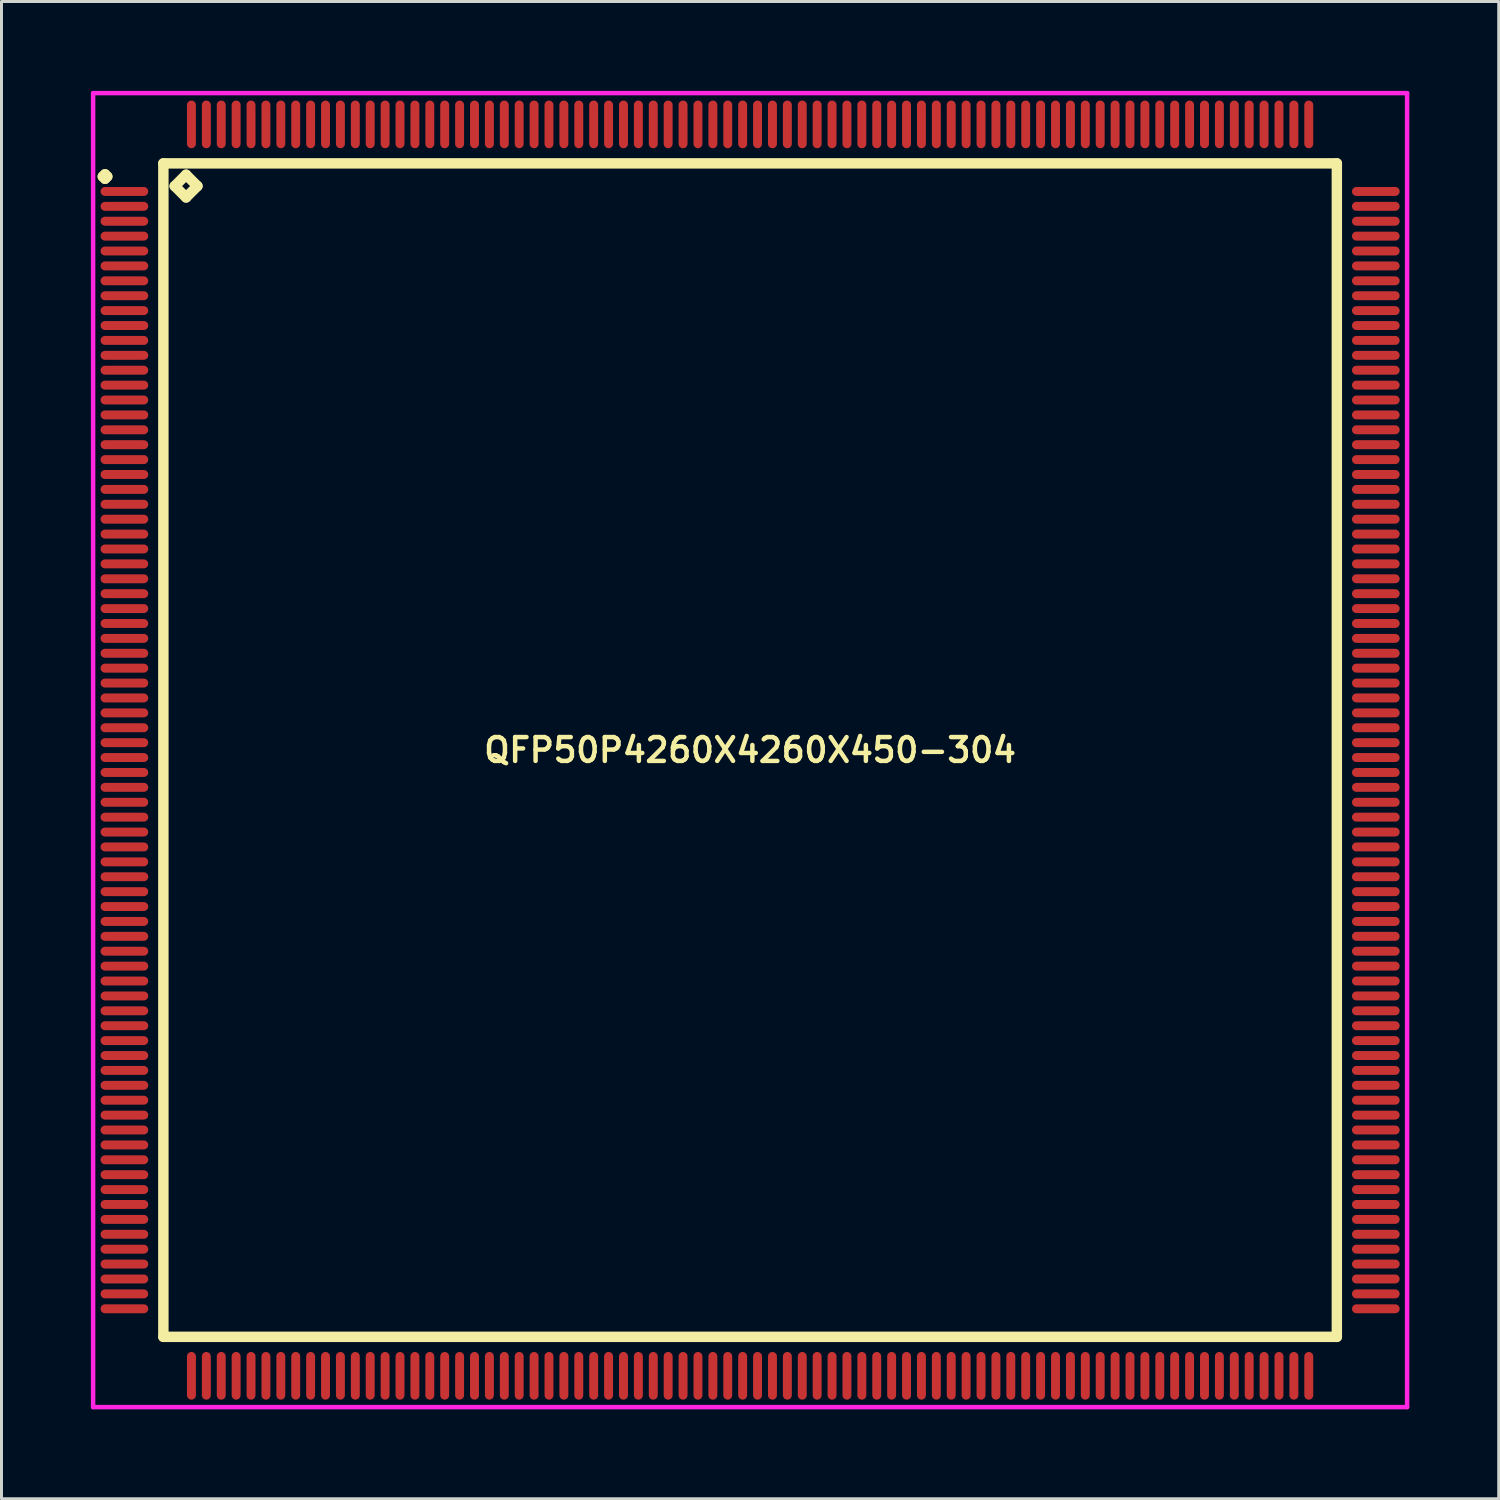
<source format=kicad_pcb>
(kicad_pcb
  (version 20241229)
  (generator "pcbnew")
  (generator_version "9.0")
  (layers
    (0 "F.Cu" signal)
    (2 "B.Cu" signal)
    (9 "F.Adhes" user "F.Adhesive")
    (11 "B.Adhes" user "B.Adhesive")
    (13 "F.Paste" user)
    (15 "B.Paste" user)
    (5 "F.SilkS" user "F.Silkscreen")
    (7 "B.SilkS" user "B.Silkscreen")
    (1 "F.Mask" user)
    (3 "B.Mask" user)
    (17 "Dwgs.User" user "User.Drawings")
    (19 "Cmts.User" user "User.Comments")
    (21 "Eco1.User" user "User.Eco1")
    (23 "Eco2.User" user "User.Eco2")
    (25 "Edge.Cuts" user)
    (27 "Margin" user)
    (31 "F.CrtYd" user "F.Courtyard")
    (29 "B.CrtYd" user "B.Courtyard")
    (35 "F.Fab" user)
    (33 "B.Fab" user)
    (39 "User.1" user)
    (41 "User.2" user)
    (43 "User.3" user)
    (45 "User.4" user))
  (footprint "QFP50P4260X4260X450-304"
    (layer "F.Cu")
    (at 22.125 22.125)
    (property "Reference" "QFP50P4260X4260X450-304" (at 0 0 0) (layer "F.SilkS") (effects (font (size 0.8 0.8) (thickness 0.15))))
    (attr smd)
    (fp_line (start -21.725 -19.25) (end -21.65 -19.325) (stroke (width 0.35) (type solid)) (layer "F.SilkS"))
    (fp_line (start -21.65 -19.325) (end -21.575 -19.25) (stroke (width 0.35) (type solid)) (layer "F.SilkS"))
    (fp_line (start -21.65 -19.175) (end -21.725 -19.25) (stroke (width 0.35) (type solid)) (layer "F.SilkS"))
    (fp_line (start -21.575 -19.25) (end -21.65 -19.175) (stroke (width 0.35) (type solid)) (layer "F.SilkS"))
    (fp_line (start -19.692 -19.692) (end -19.692 19.692) (stroke (width 0.35) (type solid)) (layer "F.SilkS"))
    (fp_line (start -19.692 19.692) (end 19.692 19.692) (stroke (width 0.35) (type solid)) (layer "F.SilkS"))
    (fp_line (start -19.311 -18.93) (end -18.93 -19.311) (stroke (width 0.35) (type solid)) (layer "F.SilkS"))
    (fp_line (start -18.93 -19.311) (end -18.549 -18.93) (stroke (width 0.35) (type solid)) (layer "F.SilkS"))
    (fp_line (start -18.93 -18.549) (end -19.311 -18.93) (stroke (width 0.35) (type solid)) (layer "F.SilkS"))
    (fp_line (start -18.549 -18.93) (end -18.93 -18.549) (stroke (width 0.35) (type solid)) (layer "F.SilkS"))
    (fp_line (start 19.692 -19.692) (end -19.692 -19.692) (stroke (width 0.35) (type solid)) (layer "F.SilkS"))
    (fp_line (start 19.692 19.692) (end 19.692 -19.692) (stroke (width 0.35) (type solid)) (layer "F.SilkS"))
    (fp_line (start -22.05 -22.05) (end 22.05 -22.05) (stroke (width 0.15) (type solid)) (layer "F.CrtYd"))
    (fp_line (start -22.05 22.05) (end -22.05 -22.05) (stroke (width 0.15) (type solid)) (layer "F.CrtYd"))
    (fp_line (start 22.05 -22.05) (end 22.05 22.05) (stroke (width 0.15) (type solid)) (layer "F.CrtYd"))
    (fp_line (start 22.05 22.05) (end -22.05 22.05) (stroke (width 0.15) (type solid)) (layer "F.CrtYd"))
    (pad "1" smd oval (at -21 -18.75) (size 1.6 0.3) (layers "F.Cu" "F.Mask" "F.Paste"))
    (pad "2" smd oval (at -21 -18.25) (size 1.6 0.3) (layers "F.Cu" "F.Mask" "F.Paste"))
    (pad "3" smd oval (at -21 -17.75) (size 1.6 0.3) (layers "F.Cu" "F.Mask" "F.Paste"))
    (pad "4" smd oval (at -21 -17.25) (size 1.6 0.3) (layers "F.Cu" "F.Mask" "F.Paste"))
    (pad "5" smd oval (at -21 -16.75) (size 1.6 0.3) (layers "F.Cu" "F.Mask" "F.Paste"))
    (pad "6" smd oval (at -21 -16.25) (size 1.6 0.3) (layers "F.Cu" "F.Mask" "F.Paste"))
    (pad "7" smd oval (at -21 -15.75) (size 1.6 0.3) (layers "F.Cu" "F.Mask" "F.Paste"))
    (pad "8" smd oval (at -21 -15.25) (size 1.6 0.3) (layers "F.Cu" "F.Mask" "F.Paste"))
    (pad "9" smd oval (at -21 -14.75) (size 1.6 0.3) (layers "F.Cu" "F.Mask" "F.Paste"))
    (pad "10" smd oval (at -21 -14.25) (size 1.6 0.3) (layers "F.Cu" "F.Mask" "F.Paste"))
    (pad "11" smd oval (at -21 -13.75) (size 1.6 0.3) (layers "F.Cu" "F.Mask" "F.Paste"))
    (pad "12" smd oval (at -21 -13.25) (size 1.6 0.3) (layers "F.Cu" "F.Mask" "F.Paste"))
    (pad "13" smd oval (at -21 -12.75) (size 1.6 0.3) (layers "F.Cu" "F.Mask" "F.Paste"))
    (pad "14" smd oval (at -21 -12.25) (size 1.6 0.3) (layers "F.Cu" "F.Mask" "F.Paste"))
    (pad "15" smd oval (at -21 -11.75) (size 1.6 0.3) (layers "F.Cu" "F.Mask" "F.Paste"))
    (pad "16" smd oval (at -21 -11.25) (size 1.6 0.3) (layers "F.Cu" "F.Mask" "F.Paste"))
    (pad "17" smd oval (at -21 -10.75) (size 1.6 0.3) (layers "F.Cu" "F.Mask" "F.Paste"))
    (pad "18" smd oval (at -21 -10.25) (size 1.6 0.3) (layers "F.Cu" "F.Mask" "F.Paste"))
    (pad "19" smd oval (at -21 -9.75) (size 1.6 0.3) (layers "F.Cu" "F.Mask" "F.Paste"))
    (pad "20" smd oval (at -21 -9.25) (size 1.6 0.3) (layers "F.Cu" "F.Mask" "F.Paste"))
    (pad "21" smd oval (at -21 -8.75) (size 1.6 0.3) (layers "F.Cu" "F.Mask" "F.Paste"))
    (pad "22" smd oval (at -21 -8.25) (size 1.6 0.3) (layers "F.Cu" "F.Mask" "F.Paste"))
    (pad "23" smd oval (at -21 -7.75) (size 1.6 0.3) (layers "F.Cu" "F.Mask" "F.Paste"))
    (pad "24" smd oval (at -21 -7.25) (size 1.6 0.3) (layers "F.Cu" "F.Mask" "F.Paste"))
    (pad "25" smd oval (at -21 -6.75) (size 1.6 0.3) (layers "F.Cu" "F.Mask" "F.Paste"))
    (pad "26" smd oval (at -21 -6.25) (size 1.6 0.3) (layers "F.Cu" "F.Mask" "F.Paste"))
    (pad "27" smd oval (at -21 -5.75) (size 1.6 0.3) (layers "F.Cu" "F.Mask" "F.Paste"))
    (pad "28" smd oval (at -21 -5.25) (size 1.6 0.3) (layers "F.Cu" "F.Mask" "F.Paste"))
    (pad "29" smd oval (at -21 -4.75) (size 1.6 0.3) (layers "F.Cu" "F.Mask" "F.Paste"))
    (pad "30" smd oval (at -21 -4.25) (size 1.6 0.3) (layers "F.Cu" "F.Mask" "F.Paste"))
    (pad "31" smd oval (at -21 -3.75) (size 1.6 0.3) (layers "F.Cu" "F.Mask" "F.Paste"))
    (pad "32" smd oval (at -21 -3.25) (size 1.6 0.3) (layers "F.Cu" "F.Mask" "F.Paste"))
    (pad "33" smd oval (at -21 -2.75) (size 1.6 0.3) (layers "F.Cu" "F.Mask" "F.Paste"))
    (pad "34" smd oval (at -21 -2.25) (size 1.6 0.3) (layers "F.Cu" "F.Mask" "F.Paste"))
    (pad "35" smd oval (at -21 -1.75) (size 1.6 0.3) (layers "F.Cu" "F.Mask" "F.Paste"))
    (pad "36" smd oval (at -21 -1.25) (size 1.6 0.3) (layers "F.Cu" "F.Mask" "F.Paste"))
    (pad "37" smd oval (at -21 -0.75) (size 1.6 0.3) (layers "F.Cu" "F.Mask" "F.Paste"))
    (pad "38" smd oval (at -21 -0.25) (size 1.6 0.3) (layers "F.Cu" "F.Mask" "F.Paste"))
    (pad "39" smd oval (at -21 0.25) (size 1.6 0.3) (layers "F.Cu" "F.Mask" "F.Paste"))
    (pad "40" smd oval (at -21 0.75) (size 1.6 0.3) (layers "F.Cu" "F.Mask" "F.Paste"))
    (pad "41" smd oval (at -21 1.25) (size 1.6 0.3) (layers "F.Cu" "F.Mask" "F.Paste"))
    (pad "42" smd oval (at -21 1.75) (size 1.6 0.3) (layers "F.Cu" "F.Mask" "F.Paste"))
    (pad "43" smd oval (at -21 2.25) (size 1.6 0.3) (layers "F.Cu" "F.Mask" "F.Paste"))
    (pad "44" smd oval (at -21 2.75) (size 1.6 0.3) (layers "F.Cu" "F.Mask" "F.Paste"))
    (pad "45" smd oval (at -21 3.25) (size 1.6 0.3) (layers "F.Cu" "F.Mask" "F.Paste"))
    (pad "46" smd oval (at -21 3.75) (size 1.6 0.3) (layers "F.Cu" "F.Mask" "F.Paste"))
    (pad "47" smd oval (at -21 4.25) (size 1.6 0.3) (layers "F.Cu" "F.Mask" "F.Paste"))
    (pad "48" smd oval (at -21 4.75) (size 1.6 0.3) (layers "F.Cu" "F.Mask" "F.Paste"))
    (pad "49" smd oval (at -21 5.25) (size 1.6 0.3) (layers "F.Cu" "F.Mask" "F.Paste"))
    (pad "50" smd oval (at -21 5.75) (size 1.6 0.3) (layers "F.Cu" "F.Mask" "F.Paste"))
    (pad "51" smd oval (at -21 6.25) (size 1.6 0.3) (layers "F.Cu" "F.Mask" "F.Paste"))
    (pad "52" smd oval (at -21 6.75) (size 1.6 0.3) (layers "F.Cu" "F.Mask" "F.Paste"))
    (pad "53" smd oval (at -21 7.25) (size 1.6 0.3) (layers "F.Cu" "F.Mask" "F.Paste"))
    (pad "54" smd oval (at -21 7.75) (size 1.6 0.3) (layers "F.Cu" "F.Mask" "F.Paste"))
    (pad "55" smd oval (at -21 8.25) (size 1.6 0.3) (layers "F.Cu" "F.Mask" "F.Paste"))
    (pad "56" smd oval (at -21 8.75) (size 1.6 0.3) (layers "F.Cu" "F.Mask" "F.Paste"))
    (pad "57" smd oval (at -21 9.25) (size 1.6 0.3) (layers "F.Cu" "F.Mask" "F.Paste"))
    (pad "58" smd oval (at -21 9.75) (size 1.6 0.3) (layers "F.Cu" "F.Mask" "F.Paste"))
    (pad "59" smd oval (at -21 10.25) (size 1.6 0.3) (layers "F.Cu" "F.Mask" "F.Paste"))
    (pad "60" smd oval (at -21 10.75) (size 1.6 0.3) (layers "F.Cu" "F.Mask" "F.Paste"))
    (pad "61" smd oval (at -21 11.25) (size 1.6 0.3) (layers "F.Cu" "F.Mask" "F.Paste"))
    (pad "62" smd oval (at -21 11.75) (size 1.6 0.3) (layers "F.Cu" "F.Mask" "F.Paste"))
    (pad "63" smd oval (at -21 12.25) (size 1.6 0.3) (layers "F.Cu" "F.Mask" "F.Paste"))
    (pad "64" smd oval (at -21 12.75) (size 1.6 0.3) (layers "F.Cu" "F.Mask" "F.Paste"))
    (pad "65" smd oval (at -21 13.25) (size 1.6 0.3) (layers "F.Cu" "F.Mask" "F.Paste"))
    (pad "66" smd oval (at -21 13.75) (size 1.6 0.3) (layers "F.Cu" "F.Mask" "F.Paste"))
    (pad "67" smd oval (at -21 14.25) (size 1.6 0.3) (layers "F.Cu" "F.Mask" "F.Paste"))
    (pad "68" smd oval (at -21 14.75) (size 1.6 0.3) (layers "F.Cu" "F.Mask" "F.Paste"))
    (pad "69" smd oval (at -21 15.25) (size 1.6 0.3) (layers "F.Cu" "F.Mask" "F.Paste"))
    (pad "70" smd oval (at -21 15.75) (size 1.6 0.3) (layers "F.Cu" "F.Mask" "F.Paste"))
    (pad "71" smd oval (at -21 16.25) (size 1.6 0.3) (layers "F.Cu" "F.Mask" "F.Paste"))
    (pad "72" smd oval (at -21 16.75) (size 1.6 0.3) (layers "F.Cu" "F.Mask" "F.Paste"))
    (pad "73" smd oval (at -21 17.25) (size 1.6 0.3) (layers "F.Cu" "F.Mask" "F.Paste"))
    (pad "74" smd oval (at -21 17.75) (size 1.6 0.3) (layers "F.Cu" "F.Mask" "F.Paste"))
    (pad "75" smd oval (at -21 18.25) (size 1.6 0.3) (layers "F.Cu" "F.Mask" "F.Paste"))
    (pad "76" smd oval (at -21 18.75) (size 1.6 0.3) (layers "F.Cu" "F.Mask" "F.Paste"))
    (pad "77" smd oval (at -18.75 21) (size 0.3 1.6) (layers "F.Cu" "F.Mask" "F.Paste"))
    (pad "78" smd oval (at -18.25 21) (size 0.3 1.6) (layers "F.Cu" "F.Mask" "F.Paste"))
    (pad "79" smd oval (at -17.75 21) (size 0.3 1.6) (layers "F.Cu" "F.Mask" "F.Paste"))
    (pad "80" smd oval (at -17.25 21) (size 0.3 1.6) (layers "F.Cu" "F.Mask" "F.Paste"))
    (pad "81" smd oval (at -16.75 21) (size 0.3 1.6) (layers "F.Cu" "F.Mask" "F.Paste"))
    (pad "82" smd oval (at -16.25 21) (size 0.3 1.6) (layers "F.Cu" "F.Mask" "F.Paste"))
    (pad "83" smd oval (at -15.75 21) (size 0.3 1.6) (layers "F.Cu" "F.Mask" "F.Paste"))
    (pad "84" smd oval (at -15.25 21) (size 0.3 1.6) (layers "F.Cu" "F.Mask" "F.Paste"))
    (pad "85" smd oval (at -14.75 21) (size 0.3 1.6) (layers "F.Cu" "F.Mask" "F.Paste"))
    (pad "86" smd oval (at -14.25 21) (size 0.3 1.6) (layers "F.Cu" "F.Mask" "F.Paste"))
    (pad "87" smd oval (at -13.75 21) (size 0.3 1.6) (layers "F.Cu" "F.Mask" "F.Paste"))
    (pad "88" smd oval (at -13.25 21) (size 0.3 1.6) (layers "F.Cu" "F.Mask" "F.Paste"))
    (pad "89" smd oval (at -12.75 21) (size 0.3 1.6) (layers "F.Cu" "F.Mask" "F.Paste"))
    (pad "90" smd oval (at -12.25 21) (size 0.3 1.6) (layers "F.Cu" "F.Mask" "F.Paste"))
    (pad "91" smd oval (at -11.75 21) (size 0.3 1.6) (layers "F.Cu" "F.Mask" "F.Paste"))
    (pad "92" smd oval (at -11.25 21) (size 0.3 1.6) (layers "F.Cu" "F.Mask" "F.Paste"))
    (pad "93" smd oval (at -10.75 21) (size 0.3 1.6) (layers "F.Cu" "F.Mask" "F.Paste"))
    (pad "94" smd oval (at -10.25 21) (size 0.3 1.6) (layers "F.Cu" "F.Mask" "F.Paste"))
    (pad "95" smd oval (at -9.75 21) (size 0.3 1.6) (layers "F.Cu" "F.Mask" "F.Paste"))
    (pad "96" smd oval (at -9.25 21) (size 0.3 1.6) (layers "F.Cu" "F.Mask" "F.Paste"))
    (pad "97" smd oval (at -8.75 21) (size 0.3 1.6) (layers "F.Cu" "F.Mask" "F.Paste"))
    (pad "98" smd oval (at -8.25 21) (size 0.3 1.6) (layers "F.Cu" "F.Mask" "F.Paste"))
    (pad "99" smd oval (at -7.75 21) (size 0.3 1.6) (layers "F.Cu" "F.Mask" "F.Paste"))
    (pad "100" smd oval (at -7.25 21) (size 0.3 1.6) (layers "F.Cu" "F.Mask" "F.Paste"))
    (pad "101" smd oval (at -6.75 21) (size 0.3 1.6) (layers "F.Cu" "F.Mask" "F.Paste"))
    (pad "102" smd oval (at -6.25 21) (size 0.3 1.6) (layers "F.Cu" "F.Mask" "F.Paste"))
    (pad "103" smd oval (at -5.75 21) (size 0.3 1.6) (layers "F.Cu" "F.Mask" "F.Paste"))
    (pad "104" smd oval (at -5.25 21) (size 0.3 1.6) (layers "F.Cu" "F.Mask" "F.Paste"))
    (pad "105" smd oval (at -4.75 21) (size 0.3 1.6) (layers "F.Cu" "F.Mask" "F.Paste"))
    (pad "106" smd oval (at -4.25 21) (size 0.3 1.6) (layers "F.Cu" "F.Mask" "F.Paste"))
    (pad "107" smd oval (at -3.75 21) (size 0.3 1.6) (layers "F.Cu" "F.Mask" "F.Paste"))
    (pad "108" smd oval (at -3.25 21) (size 0.3 1.6) (layers "F.Cu" "F.Mask" "F.Paste"))
    (pad "109" smd oval (at -2.75 21) (size 0.3 1.6) (layers "F.Cu" "F.Mask" "F.Paste"))
    (pad "110" smd oval (at -2.25 21) (size 0.3 1.6) (layers "F.Cu" "F.Mask" "F.Paste"))
    (pad "111" smd oval (at -1.75 21) (size 0.3 1.6) (layers "F.Cu" "F.Mask" "F.Paste"))
    (pad "112" smd oval (at -1.25 21) (size 0.3 1.6) (layers "F.Cu" "F.Mask" "F.Paste"))
    (pad "113" smd oval (at -0.75 21) (size 0.3 1.6) (layers "F.Cu" "F.Mask" "F.Paste"))
    (pad "114" smd oval (at -0.25 21) (size 0.3 1.6) (layers "F.Cu" "F.Mask" "F.Paste"))
    (pad "115" smd oval (at 0.25 21) (size 0.3 1.6) (layers "F.Cu" "F.Mask" "F.Paste"))
    (pad "116" smd oval (at 0.75 21) (size 0.3 1.6) (layers "F.Cu" "F.Mask" "F.Paste"))
    (pad "117" smd oval (at 1.25 21) (size 0.3 1.6) (layers "F.Cu" "F.Mask" "F.Paste"))
    (pad "118" smd oval (at 1.75 21) (size 0.3 1.6) (layers "F.Cu" "F.Mask" "F.Paste"))
    (pad "119" smd oval (at 2.25 21) (size 0.3 1.6) (layers "F.Cu" "F.Mask" "F.Paste"))
    (pad "120" smd oval (at 2.75 21) (size 0.3 1.6) (layers "F.Cu" "F.Mask" "F.Paste"))
    (pad "121" smd oval (at 3.25 21) (size 0.3 1.6) (layers "F.Cu" "F.Mask" "F.Paste"))
    (pad "122" smd oval (at 3.75 21) (size 0.3 1.6) (layers "F.Cu" "F.Mask" "F.Paste"))
    (pad "123" smd oval (at 4.25 21) (size 0.3 1.6) (layers "F.Cu" "F.Mask" "F.Paste"))
    (pad "124" smd oval (at 4.75 21) (size 0.3 1.6) (layers "F.Cu" "F.Mask" "F.Paste"))
    (pad "125" smd oval (at 5.25 21) (size 0.3 1.6) (layers "F.Cu" "F.Mask" "F.Paste"))
    (pad "126" smd oval (at 5.75 21) (size 0.3 1.6) (layers "F.Cu" "F.Mask" "F.Paste"))
    (pad "127" smd oval (at 6.25 21) (size 0.3 1.6) (layers "F.Cu" "F.Mask" "F.Paste"))
    (pad "128" smd oval (at 6.75 21) (size 0.3 1.6) (layers "F.Cu" "F.Mask" "F.Paste"))
    (pad "129" smd oval (at 7.25 21) (size 0.3 1.6) (layers "F.Cu" "F.Mask" "F.Paste"))
    (pad "130" smd oval (at 7.75 21) (size 0.3 1.6) (layers "F.Cu" "F.Mask" "F.Paste"))
    (pad "131" smd oval (at 8.25 21) (size 0.3 1.6) (layers "F.Cu" "F.Mask" "F.Paste"))
    (pad "132" smd oval (at 8.75 21) (size 0.3 1.6) (layers "F.Cu" "F.Mask" "F.Paste"))
    (pad "133" smd oval (at 9.25 21) (size 0.3 1.6) (layers "F.Cu" "F.Mask" "F.Paste"))
    (pad "134" smd oval (at 9.75 21) (size 0.3 1.6) (layers "F.Cu" "F.Mask" "F.Paste"))
    (pad "135" smd oval (at 10.25 21) (size 0.3 1.6) (layers "F.Cu" "F.Mask" "F.Paste"))
    (pad "136" smd oval (at 10.75 21) (size 0.3 1.6) (layers "F.Cu" "F.Mask" "F.Paste"))
    (pad "137" smd oval (at 11.25 21) (size 0.3 1.6) (layers "F.Cu" "F.Mask" "F.Paste"))
    (pad "138" smd oval (at 11.75 21) (size 0.3 1.6) (layers "F.Cu" "F.Mask" "F.Paste"))
    (pad "139" smd oval (at 12.25 21) (size 0.3 1.6) (layers "F.Cu" "F.Mask" "F.Paste"))
    (pad "140" smd oval (at 12.75 21) (size 0.3 1.6) (layers "F.Cu" "F.Mask" "F.Paste"))
    (pad "141" smd oval (at 13.25 21) (size 0.3 1.6) (layers "F.Cu" "F.Mask" "F.Paste"))
    (pad "142" smd oval (at 13.75 21) (size 0.3 1.6) (layers "F.Cu" "F.Mask" "F.Paste"))
    (pad "143" smd oval (at 14.25 21) (size 0.3 1.6) (layers "F.Cu" "F.Mask" "F.Paste"))
    (pad "144" smd oval (at 14.75 21) (size 0.3 1.6) (layers "F.Cu" "F.Mask" "F.Paste"))
    (pad "145" smd oval (at 15.25 21) (size 0.3 1.6) (layers "F.Cu" "F.Mask" "F.Paste"))
    (pad "146" smd oval (at 15.75 21) (size 0.3 1.6) (layers "F.Cu" "F.Mask" "F.Paste"))
    (pad "147" smd oval (at 16.25 21) (size 0.3 1.6) (layers "F.Cu" "F.Mask" "F.Paste"))
    (pad "148" smd oval (at 16.75 21) (size 0.3 1.6) (layers "F.Cu" "F.Mask" "F.Paste"))
    (pad "149" smd oval (at 17.25 21) (size 0.3 1.6) (layers "F.Cu" "F.Mask" "F.Paste"))
    (pad "150" smd oval (at 17.75 21) (size 0.3 1.6) (layers "F.Cu" "F.Mask" "F.Paste"))
    (pad "151" smd oval (at 18.25 21) (size 0.3 1.6) (layers "F.Cu" "F.Mask" "F.Paste"))
    (pad "152" smd oval (at 18.75 21) (size 0.3 1.6) (layers "F.Cu" "F.Mask" "F.Paste"))
    (pad "153" smd oval (at 21 18.75) (size 1.6 0.3) (layers "F.Cu" "F.Mask" "F.Paste"))
    (pad "154" smd oval (at 21 18.25) (size 1.6 0.3) (layers "F.Cu" "F.Mask" "F.Paste"))
    (pad "155" smd oval (at 21 17.75) (size 1.6 0.3) (layers "F.Cu" "F.Mask" "F.Paste"))
    (pad "156" smd oval (at 21 17.25) (size 1.6 0.3) (layers "F.Cu" "F.Mask" "F.Paste"))
    (pad "157" smd oval (at 21 16.75) (size 1.6 0.3) (layers "F.Cu" "F.Mask" "F.Paste"))
    (pad "158" smd oval (at 21 16.25) (size 1.6 0.3) (layers "F.Cu" "F.Mask" "F.Paste"))
    (pad "159" smd oval (at 21 15.75) (size 1.6 0.3) (layers "F.Cu" "F.Mask" "F.Paste"))
    (pad "160" smd oval (at 21 15.25) (size 1.6 0.3) (layers "F.Cu" "F.Mask" "F.Paste"))
    (pad "161" smd oval (at 21 14.75) (size 1.6 0.3) (layers "F.Cu" "F.Mask" "F.Paste"))
    (pad "162" smd oval (at 21 14.25) (size 1.6 0.3) (layers "F.Cu" "F.Mask" "F.Paste"))
    (pad "163" smd oval (at 21 13.75) (size 1.6 0.3) (layers "F.Cu" "F.Mask" "F.Paste"))
    (pad "164" smd oval (at 21 13.25) (size 1.6 0.3) (layers "F.Cu" "F.Mask" "F.Paste"))
    (pad "165" smd oval (at 21 12.75) (size 1.6 0.3) (layers "F.Cu" "F.Mask" "F.Paste"))
    (pad "166" smd oval (at 21 12.25) (size 1.6 0.3) (layers "F.Cu" "F.Mask" "F.Paste"))
    (pad "167" smd oval (at 21 11.75) (size 1.6 0.3) (layers "F.Cu" "F.Mask" "F.Paste"))
    (pad "168" smd oval (at 21 11.25) (size 1.6 0.3) (layers "F.Cu" "F.Mask" "F.Paste"))
    (pad "169" smd oval (at 21 10.75) (size 1.6 0.3) (layers "F.Cu" "F.Mask" "F.Paste"))
    (pad "170" smd oval (at 21 10.25) (size 1.6 0.3) (layers "F.Cu" "F.Mask" "F.Paste"))
    (pad "171" smd oval (at 21 9.75) (size 1.6 0.3) (layers "F.Cu" "F.Mask" "F.Paste"))
    (pad "172" smd oval (at 21 9.25) (size 1.6 0.3) (layers "F.Cu" "F.Mask" "F.Paste"))
    (pad "173" smd oval (at 21 8.75) (size 1.6 0.3) (layers "F.Cu" "F.Mask" "F.Paste"))
    (pad "174" smd oval (at 21 8.25) (size 1.6 0.3) (layers "F.Cu" "F.Mask" "F.Paste"))
    (pad "175" smd oval (at 21 7.75) (size 1.6 0.3) (layers "F.Cu" "F.Mask" "F.Paste"))
    (pad "176" smd oval (at 21 7.25) (size 1.6 0.3) (layers "F.Cu" "F.Mask" "F.Paste"))
    (pad "177" smd oval (at 21 6.75) (size 1.6 0.3) (layers "F.Cu" "F.Mask" "F.Paste"))
    (pad "178" smd oval (at 21 6.25) (size 1.6 0.3) (layers "F.Cu" "F.Mask" "F.Paste"))
    (pad "179" smd oval (at 21 5.75) (size 1.6 0.3) (layers "F.Cu" "F.Mask" "F.Paste"))
    (pad "180" smd oval (at 21 5.25) (size 1.6 0.3) (layers "F.Cu" "F.Mask" "F.Paste"))
    (pad "181" smd oval (at 21 4.75) (size 1.6 0.3) (layers "F.Cu" "F.Mask" "F.Paste"))
    (pad "182" smd oval (at 21 4.25) (size 1.6 0.3) (layers "F.Cu" "F.Mask" "F.Paste"))
    (pad "183" smd oval (at 21 3.75) (size 1.6 0.3) (layers "F.Cu" "F.Mask" "F.Paste"))
    (pad "184" smd oval (at 21 3.25) (size 1.6 0.3) (layers "F.Cu" "F.Mask" "F.Paste"))
    (pad "185" smd oval (at 21 2.75) (size 1.6 0.3) (layers "F.Cu" "F.Mask" "F.Paste"))
    (pad "186" smd oval (at 21 2.25) (size 1.6 0.3) (layers "F.Cu" "F.Mask" "F.Paste"))
    (pad "187" smd oval (at 21 1.75) (size 1.6 0.3) (layers "F.Cu" "F.Mask" "F.Paste"))
    (pad "188" smd oval (at 21 1.25) (size 1.6 0.3) (layers "F.Cu" "F.Mask" "F.Paste"))
    (pad "189" smd oval (at 21 0.75) (size 1.6 0.3) (layers "F.Cu" "F.Mask" "F.Paste"))
    (pad "190" smd oval (at 21 0.25) (size 1.6 0.3) (layers "F.Cu" "F.Mask" "F.Paste"))
    (pad "191" smd oval (at 21 -0.25) (size 1.6 0.3) (layers "F.Cu" "F.Mask" "F.Paste"))
    (pad "192" smd oval (at 21 -0.75) (size 1.6 0.3) (layers "F.Cu" "F.Mask" "F.Paste"))
    (pad "193" smd oval (at 21 -1.25) (size 1.6 0.3) (layers "F.Cu" "F.Mask" "F.Paste"))
    (pad "194" smd oval (at 21 -1.75) (size 1.6 0.3) (layers "F.Cu" "F.Mask" "F.Paste"))
    (pad "195" smd oval (at 21 -2.25) (size 1.6 0.3) (layers "F.Cu" "F.Mask" "F.Paste"))
    (pad "196" smd oval (at 21 -2.75) (size 1.6 0.3) (layers "F.Cu" "F.Mask" "F.Paste"))
    (pad "197" smd oval (at 21 -3.25) (size 1.6 0.3) (layers "F.Cu" "F.Mask" "F.Paste"))
    (pad "198" smd oval (at 21 -3.75) (size 1.6 0.3) (layers "F.Cu" "F.Mask" "F.Paste"))
    (pad "199" smd oval (at 21 -4.25) (size 1.6 0.3) (layers "F.Cu" "F.Mask" "F.Paste"))
    (pad "200" smd oval (at 21 -4.75) (size 1.6 0.3) (layers "F.Cu" "F.Mask" "F.Paste"))
    (pad "201" smd oval (at 21 -5.25) (size 1.6 0.3) (layers "F.Cu" "F.Mask" "F.Paste"))
    (pad "202" smd oval (at 21 -5.75) (size 1.6 0.3) (layers "F.Cu" "F.Mask" "F.Paste"))
    (pad "203" smd oval (at 21 -6.25) (size 1.6 0.3) (layers "F.Cu" "F.Mask" "F.Paste"))
    (pad "204" smd oval (at 21 -6.75) (size 1.6 0.3) (layers "F.Cu" "F.Mask" "F.Paste"))
    (pad "205" smd oval (at 21 -7.25) (size 1.6 0.3) (layers "F.Cu" "F.Mask" "F.Paste"))
    (pad "206" smd oval (at 21 -7.75) (size 1.6 0.3) (layers "F.Cu" "F.Mask" "F.Paste"))
    (pad "207" smd oval (at 21 -8.25) (size 1.6 0.3) (layers "F.Cu" "F.Mask" "F.Paste"))
    (pad "208" smd oval (at 21 -8.75) (size 1.6 0.3) (layers "F.Cu" "F.Mask" "F.Paste"))
    (pad "209" smd oval (at 21 -9.25) (size 1.6 0.3) (layers "F.Cu" "F.Mask" "F.Paste"))
    (pad "210" smd oval (at 21 -9.75) (size 1.6 0.3) (layers "F.Cu" "F.Mask" "F.Paste"))
    (pad "211" smd oval (at 21 -10.25) (size 1.6 0.3) (layers "F.Cu" "F.Mask" "F.Paste"))
    (pad "212" smd oval (at 21 -10.75) (size 1.6 0.3) (layers "F.Cu" "F.Mask" "F.Paste"))
    (pad "213" smd oval (at 21 -11.25) (size 1.6 0.3) (layers "F.Cu" "F.Mask" "F.Paste"))
    (pad "214" smd oval (at 21 -11.75) (size 1.6 0.3) (layers "F.Cu" "F.Mask" "F.Paste"))
    (pad "215" smd oval (at 21 -12.25) (size 1.6 0.3) (layers "F.Cu" "F.Mask" "F.Paste"))
    (pad "216" smd oval (at 21 -12.75) (size 1.6 0.3) (layers "F.Cu" "F.Mask" "F.Paste"))
    (pad "217" smd oval (at 21 -13.25) (size 1.6 0.3) (layers "F.Cu" "F.Mask" "F.Paste"))
    (pad "218" smd oval (at 21 -13.75) (size 1.6 0.3) (layers "F.Cu" "F.Mask" "F.Paste"))
    (pad "219" smd oval (at 21 -14.25) (size 1.6 0.3) (layers "F.Cu" "F.Mask" "F.Paste"))
    (pad "220" smd oval (at 21 -14.75) (size 1.6 0.3) (layers "F.Cu" "F.Mask" "F.Paste"))
    (pad "221" smd oval (at 21 -15.25) (size 1.6 0.3) (layers "F.Cu" "F.Mask" "F.Paste"))
    (pad "222" smd oval (at 21 -15.75) (size 1.6 0.3) (layers "F.Cu" "F.Mask" "F.Paste"))
    (pad "223" smd oval (at 21 -16.25) (size 1.6 0.3) (layers "F.Cu" "F.Mask" "F.Paste"))
    (pad "224" smd oval (at 21 -16.75) (size 1.6 0.3) (layers "F.Cu" "F.Mask" "F.Paste"))
    (pad "225" smd oval (at 21 -17.25) (size 1.6 0.3) (layers "F.Cu" "F.Mask" "F.Paste"))
    (pad "226" smd oval (at 21 -17.75) (size 1.6 0.3) (layers "F.Cu" "F.Mask" "F.Paste"))
    (pad "227" smd oval (at 21 -18.25) (size 1.6 0.3) (layers "F.Cu" "F.Mask" "F.Paste"))
    (pad "228" smd oval (at 21 -18.75) (size 1.6 0.3) (layers "F.Cu" "F.Mask" "F.Paste"))
    (pad "229" smd oval (at 18.75 -21) (size 0.3 1.6) (layers "F.Cu" "F.Mask" "F.Paste"))
    (pad "230" smd oval (at 18.25 -21) (size 0.3 1.6) (layers "F.Cu" "F.Mask" "F.Paste"))
    (pad "231" smd oval (at 17.75 -21) (size 0.3 1.6) (layers "F.Cu" "F.Mask" "F.Paste"))
    (pad "232" smd oval (at 17.25 -21) (size 0.3 1.6) (layers "F.Cu" "F.Mask" "F.Paste"))
    (pad "233" smd oval (at 16.75 -21) (size 0.3 1.6) (layers "F.Cu" "F.Mask" "F.Paste"))
    (pad "234" smd oval (at 16.25 -21) (size 0.3 1.6) (layers "F.Cu" "F.Mask" "F.Paste"))
    (pad "235" smd oval (at 15.75 -21) (size 0.3 1.6) (layers "F.Cu" "F.Mask" "F.Paste"))
    (pad "236" smd oval (at 15.25 -21) (size 0.3 1.6) (layers "F.Cu" "F.Mask" "F.Paste"))
    (pad "237" smd oval (at 14.75 -21) (size 0.3 1.6) (layers "F.Cu" "F.Mask" "F.Paste"))
    (pad "238" smd oval (at 14.25 -21) (size 0.3 1.6) (layers "F.Cu" "F.Mask" "F.Paste"))
    (pad "239" smd oval (at 13.75 -21) (size 0.3 1.6) (layers "F.Cu" "F.Mask" "F.Paste"))
    (pad "240" smd oval (at 13.25 -21) (size 0.3 1.6) (layers "F.Cu" "F.Mask" "F.Paste"))
    (pad "241" smd oval (at 12.75 -21) (size 0.3 1.6) (layers "F.Cu" "F.Mask" "F.Paste"))
    (pad "242" smd oval (at 12.25 -21) (size 0.3 1.6) (layers "F.Cu" "F.Mask" "F.Paste"))
    (pad "243" smd oval (at 11.75 -21) (size 0.3 1.6) (layers "F.Cu" "F.Mask" "F.Paste"))
    (pad "244" smd oval (at 11.25 -21) (size 0.3 1.6) (layers "F.Cu" "F.Mask" "F.Paste"))
    (pad "245" smd oval (at 10.75 -21) (size 0.3 1.6) (layers "F.Cu" "F.Mask" "F.Paste"))
    (pad "246" smd oval (at 10.25 -21) (size 0.3 1.6) (layers "F.Cu" "F.Mask" "F.Paste"))
    (pad "247" smd oval (at 9.75 -21) (size 0.3 1.6) (layers "F.Cu" "F.Mask" "F.Paste"))
    (pad "248" smd oval (at 9.25 -21) (size 0.3 1.6) (layers "F.Cu" "F.Mask" "F.Paste"))
    (pad "249" smd oval (at 8.75 -21) (size 0.3 1.6) (layers "F.Cu" "F.Mask" "F.Paste"))
    (pad "250" smd oval (at 8.25 -21) (size 0.3 1.6) (layers "F.Cu" "F.Mask" "F.Paste"))
    (pad "251" smd oval (at 7.75 -21) (size 0.3 1.6) (layers "F.Cu" "F.Mask" "F.Paste"))
    (pad "252" smd oval (at 7.25 -21) (size 0.3 1.6) (layers "F.Cu" "F.Mask" "F.Paste"))
    (pad "253" smd oval (at 6.75 -21) (size 0.3 1.6) (layers "F.Cu" "F.Mask" "F.Paste"))
    (pad "254" smd oval (at 6.25 -21) (size 0.3 1.6) (layers "F.Cu" "F.Mask" "F.Paste"))
    (pad "255" smd oval (at 5.75 -21) (size 0.3 1.6) (layers "F.Cu" "F.Mask" "F.Paste"))
    (pad "256" smd oval (at 5.25 -21) (size 0.3 1.6) (layers "F.Cu" "F.Mask" "F.Paste"))
    (pad "257" smd oval (at 4.75 -21) (size 0.3 1.6) (layers "F.Cu" "F.Mask" "F.Paste"))
    (pad "258" smd oval (at 4.25 -21) (size 0.3 1.6) (layers "F.Cu" "F.Mask" "F.Paste"))
    (pad "259" smd oval (at 3.75 -21) (size 0.3 1.6) (layers "F.Cu" "F.Mask" "F.Paste"))
    (pad "260" smd oval (at 3.25 -21) (size 0.3 1.6) (layers "F.Cu" "F.Mask" "F.Paste"))
    (pad "261" smd oval (at 2.75 -21) (size 0.3 1.6) (layers "F.Cu" "F.Mask" "F.Paste"))
    (pad "262" smd oval (at 2.25 -21) (size 0.3 1.6) (layers "F.Cu" "F.Mask" "F.Paste"))
    (pad "263" smd oval (at 1.75 -21) (size 0.3 1.6) (layers "F.Cu" "F.Mask" "F.Paste"))
    (pad "264" smd oval (at 1.25 -21) (size 0.3 1.6) (layers "F.Cu" "F.Mask" "F.Paste"))
    (pad "265" smd oval (at 0.75 -21) (size 0.3 1.6) (layers "F.Cu" "F.Mask" "F.Paste"))
    (pad "266" smd oval (at 0.25 -21) (size 0.3 1.6) (layers "F.Cu" "F.Mask" "F.Paste"))
    (pad "267" smd oval (at -0.25 -21) (size 0.3 1.6) (layers "F.Cu" "F.Mask" "F.Paste"))
    (pad "268" smd oval (at -0.75 -21) (size 0.3 1.6) (layers "F.Cu" "F.Mask" "F.Paste"))
    (pad "269" smd oval (at -1.25 -21) (size 0.3 1.6) (layers "F.Cu" "F.Mask" "F.Paste"))
    (pad "270" smd oval (at -1.75 -21) (size 0.3 1.6) (layers "F.Cu" "F.Mask" "F.Paste"))
    (pad "271" smd oval (at -2.25 -21) (size 0.3 1.6) (layers "F.Cu" "F.Mask" "F.Paste"))
    (pad "272" smd oval (at -2.75 -21) (size 0.3 1.6) (layers "F.Cu" "F.Mask" "F.Paste"))
    (pad "273" smd oval (at -3.25 -21) (size 0.3 1.6) (layers "F.Cu" "F.Mask" "F.Paste"))
    (pad "274" smd oval (at -3.75 -21) (size 0.3 1.6) (layers "F.Cu" "F.Mask" "F.Paste"))
    (pad "275" smd oval (at -4.25 -21) (size 0.3 1.6) (layers "F.Cu" "F.Mask" "F.Paste"))
    (pad "276" smd oval (at -4.75 -21) (size 0.3 1.6) (layers "F.Cu" "F.Mask" "F.Paste"))
    (pad "277" smd oval (at -5.25 -21) (size 0.3 1.6) (layers "F.Cu" "F.Mask" "F.Paste"))
    (pad "278" smd oval (at -5.75 -21) (size 0.3 1.6) (layers "F.Cu" "F.Mask" "F.Paste"))
    (pad "279" smd oval (at -6.25 -21) (size 0.3 1.6) (layers "F.Cu" "F.Mask" "F.Paste"))
    (pad "280" smd oval (at -6.75 -21) (size 0.3 1.6) (layers "F.Cu" "F.Mask" "F.Paste"))
    (pad "281" smd oval (at -7.25 -21) (size 0.3 1.6) (layers "F.Cu" "F.Mask" "F.Paste"))
    (pad "282" smd oval (at -7.75 -21) (size 0.3 1.6) (layers "F.Cu" "F.Mask" "F.Paste"))
    (pad "283" smd oval (at -8.25 -21) (size 0.3 1.6) (layers "F.Cu" "F.Mask" "F.Paste"))
    (pad "284" smd oval (at -8.75 -21) (size 0.3 1.6) (layers "F.Cu" "F.Mask" "F.Paste"))
    (pad "285" smd oval (at -9.25 -21) (size 0.3 1.6) (layers "F.Cu" "F.Mask" "F.Paste"))
    (pad "286" smd oval (at -9.75 -21) (size 0.3 1.6) (layers "F.Cu" "F.Mask" "F.Paste"))
    (pad "287" smd oval (at -10.25 -21) (size 0.3 1.6) (layers "F.Cu" "F.Mask" "F.Paste"))
    (pad "288" smd oval (at -10.75 -21) (size 0.3 1.6) (layers "F.Cu" "F.Mask" "F.Paste"))
    (pad "289" smd oval (at -11.25 -21) (size 0.3 1.6) (layers "F.Cu" "F.Mask" "F.Paste"))
    (pad "290" smd oval (at -11.75 -21) (size 0.3 1.6) (layers "F.Cu" "F.Mask" "F.Paste"))
    (pad "291" smd oval (at -12.25 -21) (size 0.3 1.6) (layers "F.Cu" "F.Mask" "F.Paste"))
    (pad "292" smd oval (at -12.75 -21) (size 0.3 1.6) (layers "F.Cu" "F.Mask" "F.Paste"))
    (pad "293" smd oval (at -13.25 -21) (size 0.3 1.6) (layers "F.Cu" "F.Mask" "F.Paste"))
    (pad "294" smd oval (at -13.75 -21) (size 0.3 1.6) (layers "F.Cu" "F.Mask" "F.Paste"))
    (pad "295" smd oval (at -14.25 -21) (size 0.3 1.6) (layers "F.Cu" "F.Mask" "F.Paste"))
    (pad "296" smd oval (at -14.75 -21) (size 0.3 1.6) (layers "F.Cu" "F.Mask" "F.Paste"))
    (pad "297" smd oval (at -15.25 -21) (size 0.3 1.6) (layers "F.Cu" "F.Mask" "F.Paste"))
    (pad "298" smd oval (at -15.75 -21) (size 0.3 1.6) (layers "F.Cu" "F.Mask" "F.Paste"))
    (pad "299" smd oval (at -16.25 -21) (size 0.3 1.6) (layers "F.Cu" "F.Mask" "F.Paste"))
    (pad "300" smd oval (at -16.75 -21) (size 0.3 1.6) (layers "F.Cu" "F.Mask" "F.Paste"))
    (pad "301" smd oval (at -17.25 -21) (size 0.3 1.6) (layers "F.Cu" "F.Mask" "F.Paste"))
    (pad "302" smd oval (at -17.75 -21) (size 0.3 1.6) (layers "F.Cu" "F.Mask" "F.Paste"))
    (pad "303" smd oval (at -18.25 -21) (size 0.3 1.6) (layers "F.Cu" "F.Mask" "F.Paste"))
    (pad "304" smd oval (at -18.75 -21) (size 0.3 1.6) (layers "F.Cu" "F.Mask" "F.Paste")))
  (gr_rect
    (start -3 -3)
    (end 47.25 47.25)
    (stroke (width 0.1) (type default))
    (fill no)
    (layer "Edge.Cuts")))
</source>
